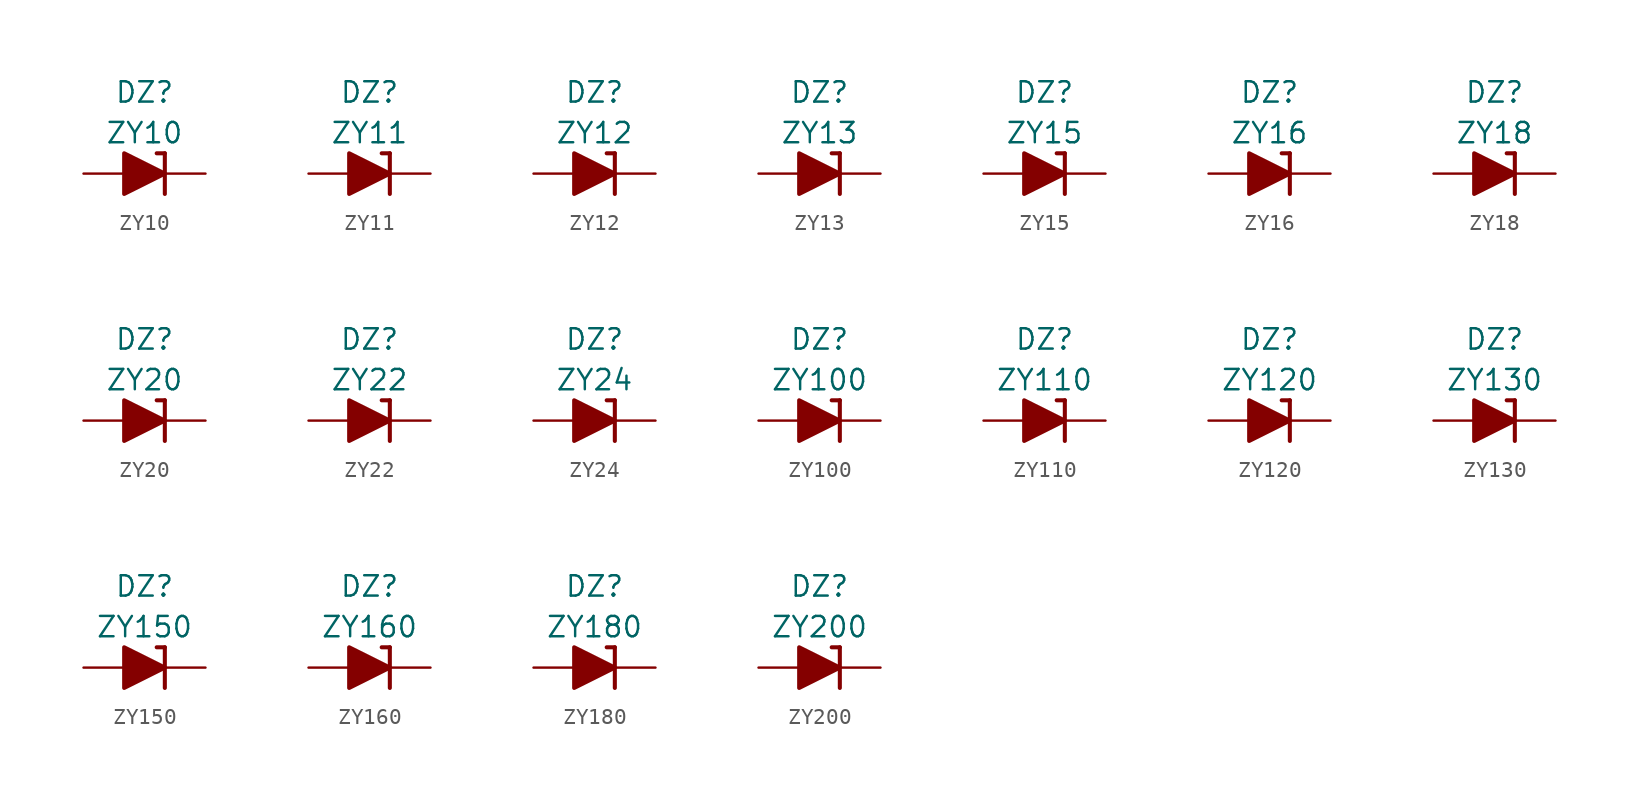
<source format=kicad_sym>
(kicad_symbol_lib
  (version 20201005)
  (generator kicad_symbol_editor)
  (symbol "Diode_Zener_AKL:ZY10"
    (pin_numbers hide)
    (pin_names
      (offset 1.016) hide)
    (property "Reference" "DZ"
      (at 0 5.08 0)
      (effects (font (size 1.27 1.27))))
    (property "Value" "ZY10"
      (at 0 2.54 0)
      (effects (font (size 1.27 1.27))))
    (symbol "ZY10_0_1"
      (polyline (pts (xy -1.27 0) (xy 1.27 0)) (stroke (width 0)) (fill (type none)))
      (polyline (pts (xy 1.27 1.27) (xy 0.762 1.27)) (stroke (width 0.254)) (fill (type none)))
      (polyline (pts (xy 1.27 1.27) (xy 1.27 -1.27)) (stroke (width 0.254)) (fill (type none)))
      (polyline (pts (xy -1.27 -1.27) (xy -1.27 1.27) (xy 1.27 0) (xy -1.27 -1.27)) (stroke (width 0.254)) (fill (type outline))))
    (symbol "ZY10_1_1"
      (pin passive line (at 3.81 0 180) (length 2.54) (name "K" (effects (font (size 1.27 1.27)))) (number "1" (effects (font (size 1.27 1.27)))))
      (pin passive line (at -3.81 0 0) (length 2.54) (name "A" (effects (font (size 1.27 1.27)))) (number "2" (effects (font (size 1.27 1.27)))))))
  (symbol "Diode_Zener_AKL:ZY11"
    (pin_numbers hide)
    (pin_names
      (offset 1.016) hide)
    (property "Reference" "DZ"
      (at 0 5.08 0)
      (effects (font (size 1.27 1.27))))
    (property "Value" "ZY11"
      (at 0 2.54 0)
      (effects (font (size 1.27 1.27))))
    (symbol "ZY11_0_1"
      (polyline (pts (xy -1.27 0) (xy 1.27 0)) (stroke (width 0)) (fill (type none)))
      (polyline (pts (xy 1.27 1.27) (xy 0.762 1.27)) (stroke (width 0.254)) (fill (type none)))
      (polyline (pts (xy 1.27 1.27) (xy 1.27 -1.27)) (stroke (width 0.254)) (fill (type none)))
      (polyline (pts (xy -1.27 -1.27) (xy -1.27 1.27) (xy 1.27 0) (xy -1.27 -1.27)) (stroke (width 0.254)) (fill (type outline))))
    (symbol "ZY11_1_1"
      (pin passive line (at 3.81 0 180) (length 2.54) (name "K" (effects (font (size 1.27 1.27)))) (number "1" (effects (font (size 1.27 1.27)))))
      (pin passive line (at -3.81 0 0) (length 2.54) (name "A" (effects (font (size 1.27 1.27)))) (number "2" (effects (font (size 1.27 1.27)))))))
  (symbol "Diode_Zener_AKL:ZY12"
    (pin_numbers hide)
    (pin_names
      (offset 1.016) hide)
    (property "Reference" "DZ"
      (at 0 5.08 0)
      (effects (font (size 1.27 1.27))))
    (property "Value" "ZY12"
      (at 0 2.54 0)
      (effects (font (size 1.27 1.27))))
    (symbol "ZY12_0_1"
      (polyline (pts (xy -1.27 0) (xy 1.27 0)) (stroke (width 0)) (fill (type none)))
      (polyline (pts (xy 1.27 1.27) (xy 0.762 1.27)) (stroke (width 0.254)) (fill (type none)))
      (polyline (pts (xy 1.27 1.27) (xy 1.27 -1.27)) (stroke (width 0.254)) (fill (type none)))
      (polyline (pts (xy -1.27 -1.27) (xy -1.27 1.27) (xy 1.27 0) (xy -1.27 -1.27)) (stroke (width 0.254)) (fill (type outline))))
    (symbol "ZY12_1_1"
      (pin passive line (at 3.81 0 180) (length 2.54) (name "K" (effects (font (size 1.27 1.27)))) (number "1" (effects (font (size 1.27 1.27)))))
      (pin passive line (at -3.81 0 0) (length 2.54) (name "A" (effects (font (size 1.27 1.27)))) (number "2" (effects (font (size 1.27 1.27)))))))
  (symbol "Diode_Zener_AKL:ZY13"
    (pin_numbers hide)
    (pin_names
      (offset 1.016) hide)
    (property "Reference" "DZ"
      (at 0 5.08 0)
      (effects (font (size 1.27 1.27))))
    (property "Value" "ZY13"
      (at 0 2.54 0)
      (effects (font (size 1.27 1.27))))
    (symbol "ZY13_0_1"
      (polyline (pts (xy -1.27 0) (xy 1.27 0)) (stroke (width 0)) (fill (type none)))
      (polyline (pts (xy 1.27 1.27) (xy 0.762 1.27)) (stroke (width 0.254)) (fill (type none)))
      (polyline (pts (xy 1.27 1.27) (xy 1.27 -1.27)) (stroke (width 0.254)) (fill (type none)))
      (polyline (pts (xy -1.27 -1.27) (xy -1.27 1.27) (xy 1.27 0) (xy -1.27 -1.27)) (stroke (width 0.254)) (fill (type outline))))
    (symbol "ZY13_1_1"
      (pin passive line (at 3.81 0 180) (length 2.54) (name "K" (effects (font (size 1.27 1.27)))) (number "1" (effects (font (size 1.27 1.27)))))
      (pin passive line (at -3.81 0 0) (length 2.54) (name "A" (effects (font (size 1.27 1.27)))) (number "2" (effects (font (size 1.27 1.27)))))))
  (symbol "Diode_Zener_AKL:ZY15"
    (pin_numbers hide)
    (pin_names
      (offset 1.016) hide)
    (property "Reference" "DZ"
      (at 0 5.08 0)
      (effects (font (size 1.27 1.27))))
    (property "Value" "ZY15"
      (at 0 2.54 0)
      (effects (font (size 1.27 1.27))))
    (symbol "ZY15_0_1"
      (polyline (pts (xy -1.27 0) (xy 1.27 0)) (stroke (width 0)) (fill (type none)))
      (polyline (pts (xy 1.27 1.27) (xy 0.762 1.27)) (stroke (width 0.254)) (fill (type none)))
      (polyline (pts (xy 1.27 1.27) (xy 1.27 -1.27)) (stroke (width 0.254)) (fill (type none)))
      (polyline (pts (xy -1.27 -1.27) (xy -1.27 1.27) (xy 1.27 0) (xy -1.27 -1.27)) (stroke (width 0.254)) (fill (type outline))))
    (symbol "ZY15_1_1"
      (pin passive line (at 3.81 0 180) (length 2.54) (name "K" (effects (font (size 1.27 1.27)))) (number "1" (effects (font (size 1.27 1.27)))))
      (pin passive line (at -3.81 0 0) (length 2.54) (name "A" (effects (font (size 1.27 1.27)))) (number "2" (effects (font (size 1.27 1.27)))))))
  (symbol "Diode_Zener_AKL:ZY16"
    (pin_numbers hide)
    (pin_names
      (offset 1.016) hide)
    (property "Reference" "DZ"
      (at 0 5.08 0)
      (effects (font (size 1.27 1.27))))
    (property "Value" "ZY16"
      (at 0 2.54 0)
      (effects (font (size 1.27 1.27))))
    (symbol "ZY16_0_1"
      (polyline (pts (xy -1.27 0) (xy 1.27 0)) (stroke (width 0)) (fill (type none)))
      (polyline (pts (xy 1.27 1.27) (xy 0.762 1.27)) (stroke (width 0.254)) (fill (type none)))
      (polyline (pts (xy 1.27 1.27) (xy 1.27 -1.27)) (stroke (width 0.254)) (fill (type none)))
      (polyline (pts (xy -1.27 -1.27) (xy -1.27 1.27) (xy 1.27 0) (xy -1.27 -1.27)) (stroke (width 0.254)) (fill (type outline))))
    (symbol "ZY16_1_1"
      (pin passive line (at 3.81 0 180) (length 2.54) (name "K" (effects (font (size 1.27 1.27)))) (number "1" (effects (font (size 1.27 1.27)))))
      (pin passive line (at -3.81 0 0) (length 2.54) (name "A" (effects (font (size 1.27 1.27)))) (number "2" (effects (font (size 1.27 1.27)))))))
  (symbol "Diode_Zener_AKL:ZY18"
    (pin_numbers hide)
    (pin_names
      (offset 1.016) hide)
    (property "Reference" "DZ"
      (at 0 5.08 0)
      (effects (font (size 1.27 1.27))))
    (property "Value" "ZY18"
      (at 0 2.54 0)
      (effects (font (size 1.27 1.27))))
    (symbol "ZY18_0_1"
      (polyline (pts (xy -1.27 0) (xy 1.27 0)) (stroke (width 0)) (fill (type none)))
      (polyline (pts (xy 1.27 1.27) (xy 0.762 1.27)) (stroke (width 0.254)) (fill (type none)))
      (polyline (pts (xy 1.27 1.27) (xy 1.27 -1.27)) (stroke (width 0.254)) (fill (type none)))
      (polyline (pts (xy -1.27 -1.27) (xy -1.27 1.27) (xy 1.27 0) (xy -1.27 -1.27)) (stroke (width 0.254)) (fill (type outline))))
    (symbol "ZY18_1_1"
      (pin passive line (at 3.81 0 180) (length 2.54) (name "K" (effects (font (size 1.27 1.27)))) (number "1" (effects (font (size 1.27 1.27)))))
      (pin passive line (at -3.81 0 0) (length 2.54) (name "A" (effects (font (size 1.27 1.27)))) (number "2" (effects (font (size 1.27 1.27)))))))
  (symbol "Diode_Zener_AKL:ZY20"
    (pin_numbers hide)
    (pin_names
      (offset 1.016) hide)
    (property "Reference" "DZ"
      (at 0 5.08 0)
      (effects (font (size 1.27 1.27))))
    (property "Value" "ZY20"
      (at 0 2.54 0)
      (effects (font (size 1.27 1.27))))
    (symbol "ZY20_0_1"
      (polyline (pts (xy -1.27 0) (xy 1.27 0)) (stroke (width 0)) (fill (type none)))
      (polyline (pts (xy 1.27 1.27) (xy 0.762 1.27)) (stroke (width 0.254)) (fill (type none)))
      (polyline (pts (xy 1.27 1.27) (xy 1.27 -1.27)) (stroke (width 0.254)) (fill (type none)))
      (polyline (pts (xy -1.27 -1.27) (xy -1.27 1.27) (xy 1.27 0) (xy -1.27 -1.27)) (stroke (width 0.254)) (fill (type outline))))
    (symbol "ZY20_1_1"
      (pin passive line (at 3.81 0 180) (length 2.54) (name "K" (effects (font (size 1.27 1.27)))) (number "1" (effects (font (size 1.27 1.27)))))
      (pin passive line (at -3.81 0 0) (length 2.54) (name "A" (effects (font (size 1.27 1.27)))) (number "2" (effects (font (size 1.27 1.27)))))))
  (symbol "Diode_Zener_AKL:ZY22"
    (pin_numbers hide)
    (pin_names
      (offset 1.016) hide)
    (property "Reference" "DZ"
      (at 0 5.08 0)
      (effects (font (size 1.27 1.27))))
    (property "Value" "ZY22"
      (at 0 2.54 0)
      (effects (font (size 1.27 1.27))))
    (symbol "ZY22_0_1"
      (polyline (pts (xy -1.27 0) (xy 1.27 0)) (stroke (width 0)) (fill (type none)))
      (polyline (pts (xy 1.27 1.27) (xy 0.762 1.27)) (stroke (width 0.254)) (fill (type none)))
      (polyline (pts (xy 1.27 1.27) (xy 1.27 -1.27)) (stroke (width 0.254)) (fill (type none)))
      (polyline (pts (xy -1.27 -1.27) (xy -1.27 1.27) (xy 1.27 0) (xy -1.27 -1.27)) (stroke (width 0.254)) (fill (type outline))))
    (symbol "ZY22_1_1"
      (pin passive line (at 3.81 0 180) (length 2.54) (name "K" (effects (font (size 1.27 1.27)))) (number "1" (effects (font (size 1.27 1.27)))))
      (pin passive line (at -3.81 0 0) (length 2.54) (name "A" (effects (font (size 1.27 1.27)))) (number "2" (effects (font (size 1.27 1.27)))))))
  (symbol "Diode_Zener_AKL:ZY24"
    (pin_numbers hide)
    (pin_names
      (offset 1.016) hide)
    (property "Reference" "DZ"
      (at 0 5.08 0)
      (effects (font (size 1.27 1.27))))
    (property "Value" "ZY24"
      (at 0 2.54 0)
      (effects (font (size 1.27 1.27))))
    (symbol "ZY24_0_1"
      (polyline (pts (xy -1.27 0) (xy 1.27 0)) (stroke (width 0)) (fill (type none)))
      (polyline (pts (xy 1.27 1.27) (xy 0.762 1.27)) (stroke (width 0.254)) (fill (type none)))
      (polyline (pts (xy 1.27 1.27) (xy 1.27 -1.27)) (stroke (width 0.254)) (fill (type none)))
      (polyline (pts (xy -1.27 -1.27) (xy -1.27 1.27) (xy 1.27 0) (xy -1.27 -1.27)) (stroke (width 0.254)) (fill (type outline))))
    (symbol "ZY24_1_1"
      (pin passive line (at 3.81 0 180) (length 2.54) (name "K" (effects (font (size 1.27 1.27)))) (number "1" (effects (font (size 1.27 1.27)))))
      (pin passive line (at -3.81 0 0) (length 2.54) (name "A" (effects (font (size 1.27 1.27)))) (number "2" (effects (font (size 1.27 1.27)))))))
  (symbol "Diode_Zener_AKL:ZY100"
    (pin_numbers hide)
    (pin_names
      (offset 1.016) hide)
    (property "Reference" "DZ"
      (at 0 5.08 0)
      (effects (font (size 1.27 1.27))))
    (property "Value" "ZY100"
      (at 0 2.54 0)
      (effects (font (size 1.27 1.27))))
    (symbol "ZY100_0_1"
      (polyline (pts (xy -1.27 0) (xy 1.27 0)) (stroke (width 0)) (fill (type none)))
      (polyline (pts (xy 1.27 1.27) (xy 0.762 1.27)) (stroke (width 0.254)) (fill (type none)))
      (polyline (pts (xy 1.27 1.27) (xy 1.27 -1.27)) (stroke (width 0.254)) (fill (type none)))
      (polyline (pts (xy -1.27 -1.27) (xy -1.27 1.27) (xy 1.27 0) (xy -1.27 -1.27)) (stroke (width 0.254)) (fill (type outline))))
    (symbol "ZY100_1_1"
      (pin passive line (at 3.81 0 180) (length 2.54) (name "K" (effects (font (size 1.27 1.27)))) (number "1" (effects (font (size 1.27 1.27)))))
      (pin passive line (at -3.81 0 0) (length 2.54) (name "A" (effects (font (size 1.27 1.27)))) (number "2" (effects (font (size 1.27 1.27)))))))
  (symbol "Diode_Zener_AKL:ZY110"
    (pin_numbers hide)
    (pin_names
      (offset 1.016) hide)
    (property "Reference" "DZ"
      (at 0 5.08 0)
      (effects (font (size 1.27 1.27))))
    (property "Value" "ZY110"
      (at 0 2.54 0)
      (effects (font (size 1.27 1.27))))
    (symbol "ZY110_0_1"
      (polyline (pts (xy -1.27 0) (xy 1.27 0)) (stroke (width 0)) (fill (type none)))
      (polyline (pts (xy 1.27 1.27) (xy 0.762 1.27)) (stroke (width 0.254)) (fill (type none)))
      (polyline (pts (xy 1.27 1.27) (xy 1.27 -1.27)) (stroke (width 0.254)) (fill (type none)))
      (polyline (pts (xy -1.27 -1.27) (xy -1.27 1.27) (xy 1.27 0) (xy -1.27 -1.27)) (stroke (width 0.254)) (fill (type outline))))
    (symbol "ZY110_1_1"
      (pin passive line (at 3.81 0 180) (length 2.54) (name "K" (effects (font (size 1.27 1.27)))) (number "1" (effects (font (size 1.27 1.27)))))
      (pin passive line (at -3.81 0 0) (length 2.54) (name "A" (effects (font (size 1.27 1.27)))) (number "2" (effects (font (size 1.27 1.27)))))))
  (symbol "Diode_Zener_AKL:ZY120"
    (pin_numbers hide)
    (pin_names
      (offset 1.016) hide)
    (property "Reference" "DZ"
      (at 0 5.08 0)
      (effects (font (size 1.27 1.27))))
    (property "Value" "ZY120"
      (at 0 2.54 0)
      (effects (font (size 1.27 1.27))))
    (symbol "ZY120_0_1"
      (polyline (pts (xy -1.27 0) (xy 1.27 0)) (stroke (width 0)) (fill (type none)))
      (polyline (pts (xy 1.27 1.27) (xy 0.762 1.27)) (stroke (width 0.254)) (fill (type none)))
      (polyline (pts (xy 1.27 1.27) (xy 1.27 -1.27)) (stroke (width 0.254)) (fill (type none)))
      (polyline (pts (xy -1.27 -1.27) (xy -1.27 1.27) (xy 1.27 0) (xy -1.27 -1.27)) (stroke (width 0.254)) (fill (type outline))))
    (symbol "ZY120_1_1"
      (pin passive line (at 3.81 0 180) (length 2.54) (name "K" (effects (font (size 1.27 1.27)))) (number "1" (effects (font (size 1.27 1.27)))))
      (pin passive line (at -3.81 0 0) (length 2.54) (name "A" (effects (font (size 1.27 1.27)))) (number "2" (effects (font (size 1.27 1.27)))))))
  (symbol "Diode_Zener_AKL:ZY130"
    (pin_numbers hide)
    (pin_names
      (offset 1.016) hide)
    (property "Reference" "DZ"
      (at 0 5.08 0)
      (effects (font (size 1.27 1.27))))
    (property "Value" "ZY130"
      (at 0 2.54 0)
      (effects (font (size 1.27 1.27))))
    (symbol "ZY130_0_1"
      (polyline (pts (xy -1.27 0) (xy 1.27 0)) (stroke (width 0)) (fill (type none)))
      (polyline (pts (xy 1.27 1.27) (xy 0.762 1.27)) (stroke (width 0.254)) (fill (type none)))
      (polyline (pts (xy 1.27 1.27) (xy 1.27 -1.27)) (stroke (width 0.254)) (fill (type none)))
      (polyline (pts (xy -1.27 -1.27) (xy -1.27 1.27) (xy 1.27 0) (xy -1.27 -1.27)) (stroke (width 0.254)) (fill (type outline))))
    (symbol "ZY130_1_1"
      (pin passive line (at 3.81 0 180) (length 2.54) (name "K" (effects (font (size 1.27 1.27)))) (number "1" (effects (font (size 1.27 1.27)))))
      (pin passive line (at -3.81 0 0) (length 2.54) (name "A" (effects (font (size 1.27 1.27)))) (number "2" (effects (font (size 1.27 1.27)))))))
  (symbol "Diode_Zener_AKL:ZY150"
    (pin_numbers hide)
    (pin_names
      (offset 1.016) hide)
    (property "Reference" "DZ"
      (at 0 5.08 0)
      (effects (font (size 1.27 1.27))))
    (property "Value" "ZY150"
      (at 0 2.54 0)
      (effects (font (size 1.27 1.27))))
    (symbol "ZY150_0_1"
      (polyline (pts (xy -1.27 0) (xy 1.27 0)) (stroke (width 0)) (fill (type none)))
      (polyline (pts (xy 1.27 1.27) (xy 0.762 1.27)) (stroke (width 0.254)) (fill (type none)))
      (polyline (pts (xy 1.27 1.27) (xy 1.27 -1.27)) (stroke (width 0.254)) (fill (type none)))
      (polyline (pts (xy -1.27 -1.27) (xy -1.27 1.27) (xy 1.27 0) (xy -1.27 -1.27)) (stroke (width 0.254)) (fill (type outline))))
    (symbol "ZY150_1_1"
      (pin passive line (at 3.81 0 180) (length 2.54) (name "K" (effects (font (size 1.27 1.27)))) (number "1" (effects (font (size 1.27 1.27)))))
      (pin passive line (at -3.81 0 0) (length 2.54) (name "A" (effects (font (size 1.27 1.27)))) (number "2" (effects (font (size 1.27 1.27)))))))
  (symbol "Diode_Zener_AKL:ZY160"
    (pin_numbers hide)
    (pin_names
      (offset 1.016) hide)
    (property "Reference" "DZ"
      (at 0 5.08 0)
      (effects (font (size 1.27 1.27))))
    (property "Value" "ZY160"
      (at 0 2.54 0)
      (effects (font (size 1.27 1.27))))
    (symbol "ZY160_0_1"
      (polyline (pts (xy -1.27 0) (xy 1.27 0)) (stroke (width 0)) (fill (type none)))
      (polyline (pts (xy 1.27 1.27) (xy 0.762 1.27)) (stroke (width 0.254)) (fill (type none)))
      (polyline (pts (xy 1.27 1.27) (xy 1.27 -1.27)) (stroke (width 0.254)) (fill (type none)))
      (polyline (pts (xy -1.27 -1.27) (xy -1.27 1.27) (xy 1.27 0) (xy -1.27 -1.27)) (stroke (width 0.254)) (fill (type outline))))
    (symbol "ZY160_1_1"
      (pin passive line (at 3.81 0 180) (length 2.54) (name "K" (effects (font (size 1.27 1.27)))) (number "1" (effects (font (size 1.27 1.27)))))
      (pin passive line (at -3.81 0 0) (length 2.54) (name "A" (effects (font (size 1.27 1.27)))) (number "2" (effects (font (size 1.27 1.27)))))))
  (symbol "Diode_Zener_AKL:ZY180"
    (pin_numbers hide)
    (pin_names
      (offset 1.016) hide)
    (property "Reference" "DZ"
      (at 0 5.08 0)
      (effects (font (size 1.27 1.27))))
    (property "Value" "ZY180"
      (at 0 2.54 0)
      (effects (font (size 1.27 1.27))))
    (symbol "ZY180_0_1"
      (polyline (pts (xy -1.27 0) (xy 1.27 0)) (stroke (width 0)) (fill (type none)))
      (polyline (pts (xy 1.27 1.27) (xy 0.762 1.27)) (stroke (width 0.254)) (fill (type none)))
      (polyline (pts (xy 1.27 1.27) (xy 1.27 -1.27)) (stroke (width 0.254)) (fill (type none)))
      (polyline (pts (xy -1.27 -1.27) (xy -1.27 1.27) (xy 1.27 0) (xy -1.27 -1.27)) (stroke (width 0.254)) (fill (type outline))))
    (symbol "ZY180_1_1"
      (pin passive line (at 3.81 0 180) (length 2.54) (name "K" (effects (font (size 1.27 1.27)))) (number "1" (effects (font (size 1.27 1.27)))))
      (pin passive line (at -3.81 0 0) (length 2.54) (name "A" (effects (font (size 1.27 1.27)))) (number "2" (effects (font (size 1.27 1.27)))))))
  (symbol "Diode_Zener_AKL:ZY200"
    (pin_numbers hide)
    (pin_names
      (offset 1.016) hide)
    (property "Reference" "DZ"
      (at 0 5.08 0)
      (effects (font (size 1.27 1.27))))
    (property "Value" "ZY200"
      (at 0 2.54 0)
      (effects (font (size 1.27 1.27))))
    (symbol "ZY200_0_1"
      (polyline (pts (xy -1.27 0) (xy 1.27 0)) (stroke (width 0)) (fill (type none)))
      (polyline (pts (xy 1.27 1.27) (xy 0.762 1.27)) (stroke (width 0.254)) (fill (type none)))
      (polyline (pts (xy 1.27 1.27) (xy 1.27 -1.27)) (stroke (width 0.254)) (fill (type none)))
      (polyline (pts (xy -1.27 -1.27) (xy -1.27 1.27) (xy 1.27 0) (xy -1.27 -1.27)) (stroke (width 0.254)) (fill (type outline))))
    (symbol "ZY200_1_1"
      (pin passive line (at 3.81 0 180) (length 2.54) (name "K" (effects (font (size 1.27 1.27)))) (number "1" (effects (font (size 1.27 1.27)))))
      (pin passive line (at -3.81 0 0) (length 2.54) (name "A" (effects (font (size 1.27 1.27)))) (number "2" (effects (font (size 1.27 1.27))))))))
</source>
